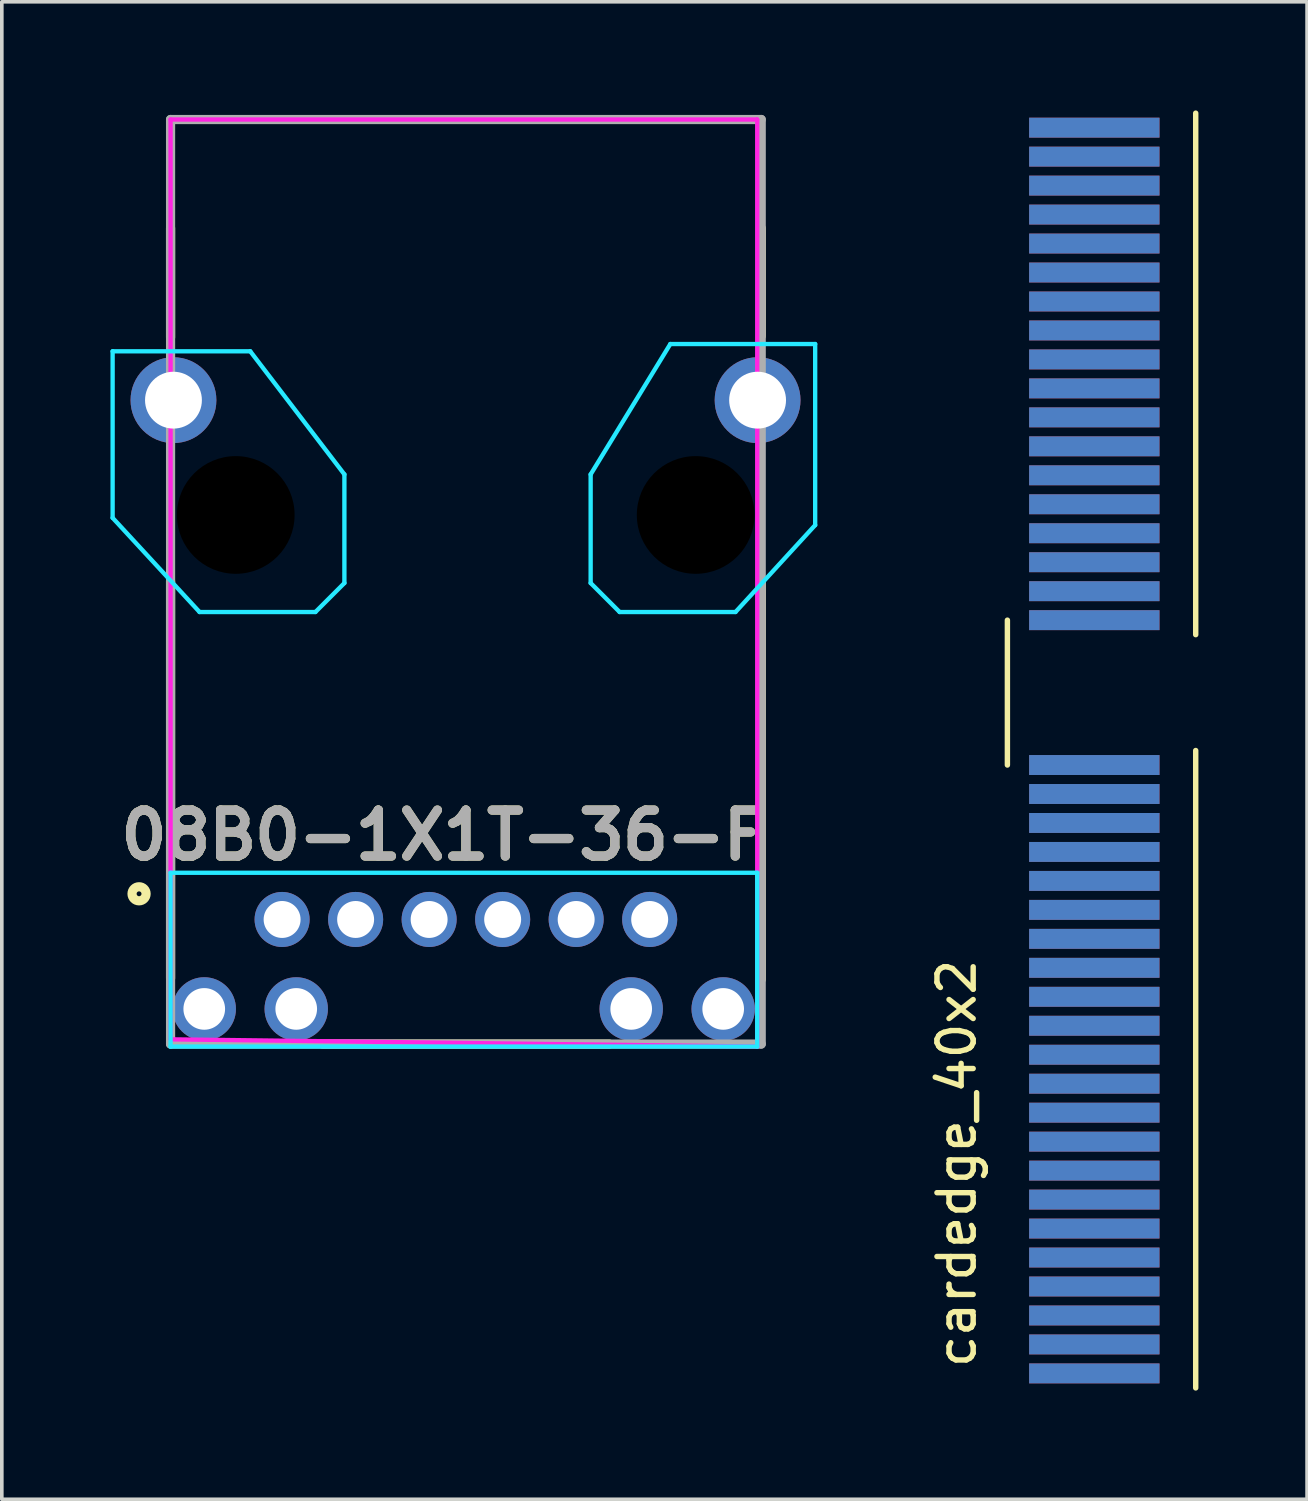
<source format=kicad_pcb>
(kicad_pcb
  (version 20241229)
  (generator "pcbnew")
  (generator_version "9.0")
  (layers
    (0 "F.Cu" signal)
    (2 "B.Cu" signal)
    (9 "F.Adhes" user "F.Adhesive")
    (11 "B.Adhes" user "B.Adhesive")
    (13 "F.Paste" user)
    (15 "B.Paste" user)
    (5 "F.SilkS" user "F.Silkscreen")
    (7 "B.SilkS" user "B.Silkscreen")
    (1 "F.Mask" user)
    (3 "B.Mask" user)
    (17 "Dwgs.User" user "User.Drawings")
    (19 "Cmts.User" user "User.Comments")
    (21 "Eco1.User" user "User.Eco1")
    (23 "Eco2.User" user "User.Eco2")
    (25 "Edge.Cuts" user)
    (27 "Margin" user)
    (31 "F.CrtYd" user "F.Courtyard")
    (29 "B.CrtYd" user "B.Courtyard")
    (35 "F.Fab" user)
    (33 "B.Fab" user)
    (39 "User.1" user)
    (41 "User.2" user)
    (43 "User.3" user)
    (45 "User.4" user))
  (footprint "08B0-1X1T-36-F"
    (layer "F.Cu")
    (at 1.66 0.25)
    (property "Reference" "08B0-1X1T-36-F" (at 7.52 19.765 0) (layer "F.SilkS") (effects (font (size 1.27 1.27) (thickness 0.254))))
    (attr through_hole)
    (fp_line (start 0 3) (end 0 6.016) (stroke (width 0.254) (type solid)) (layer "F.SilkS"))
    (fp_line (start 0 12.753) (end 0 23.713) (stroke (width 0.254) (type solid)) (layer "F.SilkS"))
    (fp_line (start 4.199 25.53) (end 12.114 25.53) (stroke (width 0.254) (type solid)) (layer "F.SilkS"))
    (fp_line (start 16.31 3) (end 16.31 5.981) (stroke (width 0.254) (type solid)) (layer "F.SilkS"))
    (fp_line (start 16.31 12.718) (end 16.31 23.747) (stroke (width 0.254) (type solid)) (layer "F.SilkS"))
    (fp_circle (center -0.87 21.381) (end -0.87 21.448) (stroke (width 0.254) (type solid)) (fill no) (layer "F.SilkS"))
    (fp_line (start -1.6 6.4) (end 2.2 6.4) (stroke (width 0.12) (type default)) (layer "B.CrtYd"))
    (fp_line (start -1.6 11) (end -1.6 6.4) (stroke (width 0.12) (type default)) (layer "B.CrtYd"))
    (fp_line (start 0 20.8) (end 16.2 20.8) (stroke (width 0.12) (type default)) (layer "B.CrtYd"))
    (fp_line (start 0 25.6) (end 0 20.8) (stroke (width 0.12) (type default)) (layer "B.CrtYd"))
    (fp_line (start 0.8 13.6) (end -1.6 11) (stroke (width 0.12) (type default)) (layer "B.CrtYd"))
    (fp_line (start 2.2 6.4) (end 4.8 9.8) (stroke (width 0.12) (type default)) (layer "B.CrtYd"))
    (fp_line (start 4 13.6) (end 0.8 13.6) (stroke (width 0.12) (type default)) (layer "B.CrtYd"))
    (fp_line (start 4.8 9.8) (end 4.8 12.8) (stroke (width 0.12) (type default)) (layer "B.CrtYd"))
    (fp_line (start 4.8 12.8) (end 4 13.6) (stroke (width 0.12) (type default)) (layer "B.CrtYd"))
    (fp_line (start 11.6 9.8) (end 11.6 12.8) (stroke (width 0.12) (type default)) (layer "B.CrtYd"))
    (fp_line (start 11.6 12.8) (end 12.4 13.6) (stroke (width 0.12) (type default)) (layer "B.CrtYd"))
    (fp_line (start 12.4 13.6) (end 15.6 13.6) (stroke (width 0.12) (type default)) (layer "B.CrtYd"))
    (fp_line (start 13.8 6.2) (end 11.6 9.8) (stroke (width 0.12) (type default)) (layer "B.CrtYd"))
    (fp_line (start 15.6 13.6) (end 17.8 11.2) (stroke (width 0.12) (type default)) (layer "B.CrtYd"))
    (fp_line (start 16.2 20.8) (end 16.2 25.6) (stroke (width 0.12) (type default)) (layer "B.CrtYd"))
    (fp_line (start 16.2 25.6) (end 0 25.6) (stroke (width 0.12) (type default)) (layer "B.CrtYd"))
    (fp_line (start 17.8 6.2) (end 13.8 6.2) (stroke (width 0.12) (type default)) (layer "B.CrtYd"))
    (fp_line (start 17.8 11.2) (end 17.8 6.2) (stroke (width 0.12) (type default)) (layer "B.CrtYd"))
    (fp_line (start 0 0) (end 16.2 0) (stroke (width 0.12) (type default)) (layer "F.CrtYd"))
    (fp_line (start 0 25.4) (end 0 0) (stroke (width 0.12) (type default)) (layer "F.CrtYd"))
    (fp_line (start 16.2 0) (end 16.2 25.6) (stroke (width 0.12) (type default)) (layer "F.CrtYd"))
    (fp_line (start 16.2 25.6) (end 0 25.4) (stroke (width 0.12) (type default)) (layer "F.CrtYd"))
    (fp_line (start 0 0) (end 16.31 0) (stroke (width 0.254) (type solid)) (layer "F.Fab"))
    (fp_line (start 0 25.53) (end 0 0) (stroke (width 0.254) (type solid)) (layer "F.Fab"))
    (fp_line (start 16.31 0) (end 16.31 25.53) (stroke (width 0.254) (type solid)) (layer "F.Fab"))
    (fp_line (start 16.31 25.53) (end 0 25.53) (stroke (width 0.254) (type solid)) (layer "F.Fab"))
    (fp_text user "${REFERENCE}" (at 7.52 19.765 0) (layer "F.Fab") (effects (font (size 1.27 1.27) (thickness 0.254))))
    (pad "" np_thru_hole circle (at 1.8 10.92) (size 3.25 3.25) (drill 3.25) (layers "*.Mask"))
    (pad "" np_thru_hole circle (at 14.5 10.92) (size 3.25 3.25) (drill 3.25) (layers "*.Mask"))
    (pad "1" thru_hole circle (at 3.08 22.09) (size 1.52 1.52) (drill 1.02) (layers "*.Cu" "*.Mask"))
    (pad "2" thru_hole circle (at 5.11 22.09) (size 1.52 1.52) (drill 1.02) (layers "*.Cu" "*.Mask"))
    (pad "3" thru_hole circle (at 7.14 22.09) (size 1.52 1.52) (drill 1.02) (layers "*.Cu" "*.Mask"))
    (pad "4" thru_hole circle (at 9.17 22.09) (size 1.52 1.52) (drill 1.02) (layers "*.Cu" "*.Mask"))
    (pad "5" thru_hole circle (at 11.2 22.09) (size 1.52 1.52) (drill 1.02) (layers "*.Cu" "*.Mask"))
    (pad "6" thru_hole circle (at 13.23 22.09) (size 1.52 1.52) (drill 1.02) (layers "*.Cu" "*.Mask"))
    (pad "7" thru_hole circle (at 0.93 24.56) (size 1.75 1.75) (drill 1.15) (layers "*.Cu" "*.Mask"))
    (pad "8" thru_hole circle (at 3.47 24.56) (size 1.75 1.75) (drill 1.15) (layers "*.Cu" "*.Mask"))
    (pad "9" thru_hole circle (at 12.72 24.56) (size 1.75 1.75) (drill 1.15) (layers "*.Cu" "*.Mask"))
    (pad "10" thru_hole circle (at 15.26 24.56) (size 1.75 1.75) (drill 1.15) (layers "*.Cu" "*.Mask"))
    (pad "13" thru_hole circle (at 16.21 7.75) (size 2.37 2.37) (drill 1.57) (layers "*.Cu" "*.Mask"))
    (pad "14" thru_hole circle (at 0.08 7.75) (size 2.37 2.37) (drill 1.57) (layers "*.Cu" "*.Mask")))
  (footprint "cardedge_40x2"
    (layer "F.Cu")
    (at 27.168 34.875)
    (property "Reference" "cardedge_40x2" (at -3.8 -5.8 90) (layer "F.SilkS") (effects (font (size 1 1) (thickness 0.15))))
    (attr through_hole)
    (fp_line (start -2.4 -16.8) (end -2.4 -20.8) (stroke (width 0.15) (type solid)) (layer "F.SilkS"))
    (fp_line (start 2.8 -20.4) (end 2.8 -34.8) (stroke (width 0.15) (type solid)) (layer "F.SilkS"))
    (fp_line (start 2.8 0.4) (end 2.8 -17.2) (stroke (width 0.15) (type solid)) (layer "F.SilkS"))
    (pad "1" connect rect (at 0 0) (size 3.6 0.55) (layers "F.Cu" "F.Mask"))
    (pad "2" connect rect (at 0 0) (size 3.6 0.55) (layers "B.Cu" "B.Mask"))
    (pad "3" connect rect (at 0 -0.8) (size 3.6 0.55) (layers "F.Cu" "F.Mask"))
    (pad "4" connect rect (at 0 -0.8) (size 3.6 0.55) (layers "B.Cu" "B.Mask"))
    (pad "5" connect rect (at 0 -1.6) (size 3.6 0.55) (layers "F.Cu" "F.Mask"))
    (pad "6" connect rect (at 0 -1.6) (size 3.6 0.55) (layers "B.Cu" "B.Mask"))
    (pad "7" connect rect (at 0 -2.4) (size 3.6 0.55) (layers "F.Cu" "F.Mask"))
    (pad "8" connect rect (at 0 -2.4) (size 3.6 0.55) (layers "B.Cu" "B.Mask"))
    (pad "9" connect rect (at 0 -3.2) (size 3.6 0.55) (layers "F.Cu" "F.Mask"))
    (pad "10" connect rect (at 0 -3.2) (size 3.6 0.55) (layers "B.Cu" "B.Mask"))
    (pad "11" connect rect (at 0 -4) (size 3.6 0.55) (layers "F.Cu" "F.Mask"))
    (pad "12" connect rect (at 0 -4) (size 3.6 0.55) (layers "B.Cu" "B.Mask"))
    (pad "13" connect rect (at 0 -4.8) (size 3.6 0.55) (layers "F.Cu" "F.Mask"))
    (pad "14" connect rect (at 0 -4.8) (size 3.6 0.55) (layers "B.Cu" "B.Mask"))
    (pad "15" connect rect (at 0 -5.6) (size 3.6 0.55) (layers "F.Cu" "F.Mask"))
    (pad "16" connect rect (at 0 -5.6) (size 3.6 0.55) (layers "B.Cu" "B.Mask"))
    (pad "17" connect rect (at 0 -6.4) (size 3.6 0.55) (layers "F.Cu" "F.Mask"))
    (pad "18" connect rect (at 0 -6.4) (size 3.6 0.55) (layers "B.Cu" "B.Mask"))
    (pad "19" connect rect (at 0 -7.2) (size 3.6 0.55) (layers "F.Cu" "F.Mask"))
    (pad "20" connect rect (at 0 -7.2) (size 3.6 0.55) (layers "B.Cu" "B.Mask"))
    (pad "21" connect rect (at 0 -8) (size 3.6 0.55) (layers "F.Cu" "F.Mask"))
    (pad "22" connect rect (at 0 -8) (size 3.6 0.55) (layers "B.Cu" "B.Mask"))
    (pad "23" connect rect (at 0 -8.8) (size 3.6 0.55) (layers "F.Cu" "F.Mask"))
    (pad "24" connect rect (at 0 -8.8) (size 3.6 0.55) (layers "B.Cu" "B.Mask"))
    (pad "25" connect rect (at 0 -9.6) (size 3.6 0.55) (layers "F.Cu" "F.Mask"))
    (pad "26" connect rect (at 0 -9.6) (size 3.6 0.55) (layers "B.Cu" "B.Mask"))
    (pad "27" connect rect (at 0 -10.4) (size 3.6 0.55) (layers "F.Cu" "F.Mask"))
    (pad "28" connect rect (at 0 -10.4) (size 3.6 0.55) (layers "B.Cu" "B.Mask"))
    (pad "29" connect rect (at 0 -11.2) (size 3.6 0.55) (layers "F.Cu" "F.Mask"))
    (pad "30" connect rect (at 0 -11.2) (size 3.6 0.55) (layers "B.Cu" "B.Mask"))
    (pad "31" connect rect (at 0 -12) (size 3.6 0.55) (layers "F.Cu" "F.Mask"))
    (pad "32" connect rect (at 0 -12) (size 3.6 0.55) (layers "B.Cu" "B.Mask"))
    (pad "33" connect rect (at 0 -12.8) (size 3.6 0.55) (layers "F.Cu" "F.Mask"))
    (pad "34" connect rect (at 0 -12.8) (size 3.6 0.55) (layers "B.Cu" "B.Mask"))
    (pad "35" connect rect (at 0 -13.6) (size 3.6 0.55) (layers "F.Cu" "F.Mask"))
    (pad "36" connect rect (at 0 -13.6) (size 3.6 0.55) (layers "B.Cu" "B.Mask"))
    (pad "37" connect rect (at 0 -14.4) (size 3.6 0.55) (layers "F.Cu" "F.Mask"))
    (pad "38" connect rect (at 0 -14.4) (size 3.6 0.55) (layers "B.Cu" "B.Mask"))
    (pad "39" connect rect (at 0 -15.2) (size 3.6 0.55) (layers "F.Cu" "F.Mask"))
    (pad "40" connect rect (at 0 -15.2) (size 3.6 0.55) (layers "B.Cu" "B.Mask"))
    (pad "41" connect rect (at 0 -16) (size 3.6 0.55) (layers "F.Cu" "F.Mask"))
    (pad "42" connect rect (at 0 -16) (size 3.6 0.55) (layers "B.Cu" "B.Mask"))
    (pad "43" connect rect (at 0 -16.8) (size 3.6 0.55) (layers "F.Cu" "F.Mask"))
    (pad "44" connect rect (at 0 -16.8) (size 3.6 0.55) (layers "B.Cu" "B.Mask"))
    (pad "45" connect rect (at 0 -20.8) (size 3.6 0.55) (layers "F.Cu" "F.Mask"))
    (pad "46" connect rect (at 0 -20.8) (size 3.6 0.55) (layers "B.Cu" "B.Mask"))
    (pad "47" connect rect (at 0 -21.6) (size 3.6 0.55) (layers "F.Cu" "F.Mask"))
    (pad "48" connect rect (at 0 -21.6) (size 3.6 0.55) (layers "B.Cu" "B.Mask"))
    (pad "49" connect rect (at 0 -22.4) (size 3.6 0.55) (layers "F.Cu" "F.Mask"))
    (pad "50" connect rect (at 0 -22.4) (size 3.6 0.55) (layers "B.Cu" "B.Mask"))
    (pad "51" connect rect (at 0 -23.2) (size 3.6 0.55) (layers "F.Cu" "F.Mask"))
    (pad "52" connect rect (at 0 -23.2) (size 3.6 0.55) (layers "B.Cu" "B.Mask"))
    (pad "53" connect rect (at 0 -24) (size 3.6 0.55) (layers "F.Cu" "F.Mask"))
    (pad "54" connect rect (at 0 -24) (size 3.6 0.55) (layers "B.Cu" "B.Mask"))
    (pad "55" connect rect (at 0 -24.8) (size 3.6 0.55) (layers "F.Cu" "F.Mask"))
    (pad "56" connect rect (at 0 -24.8) (size 3.6 0.55) (layers "B.Cu" "B.Mask"))
    (pad "57" connect rect (at 0 -25.6) (size 3.6 0.55) (layers "F.Cu" "F.Mask"))
    (pad "58" connect rect (at 0 -25.6) (size 3.6 0.55) (layers "B.Cu" "B.Mask"))
    (pad "59" connect rect (at 0 -26.4) (size 3.6 0.55) (layers "F.Cu" "F.Mask"))
    (pad "60" connect rect (at 0 -26.4) (size 3.6 0.55) (layers "B.Cu" "B.Mask"))
    (pad "61" connect rect (at 0 -27.2) (size 3.6 0.55) (layers "F.Cu" "F.Mask"))
    (pad "62" connect rect (at 0 -27.2) (size 3.6 0.55) (layers "B.Cu" "B.Mask"))
    (pad "63" connect rect (at 0 -28) (size 3.6 0.55) (layers "F.Cu" "F.Mask"))
    (pad "64" connect rect (at 0 -28) (size 3.6 0.55) (layers "B.Cu" "B.Mask"))
    (pad "65" connect rect (at 0 -28.8) (size 3.6 0.55) (layers "F.Cu" "F.Mask"))
    (pad "66" connect rect (at 0 -28.8) (size 3.6 0.55) (layers "B.Cu" "B.Mask"))
    (pad "67" connect rect (at 0 -29.6) (size 3.6 0.55) (layers "F.Cu" "F.Mask"))
    (pad "68" connect rect (at 0 -29.6) (size 3.6 0.55) (layers "B.Cu" "B.Mask"))
    (pad "69" connect rect (at 0 -30.4) (size 3.6 0.55) (layers "F.Cu" "F.Mask"))
    (pad "70" connect rect (at 0 -30.4) (size 3.6 0.55) (layers "B.Cu" "B.Mask"))
    (pad "71" connect rect (at 0 -31.2) (size 3.6 0.55) (layers "F.Cu" "F.Mask"))
    (pad "72" connect rect (at 0 -31.2) (size 3.6 0.55) (layers "B.Cu" "B.Mask"))
    (pad "73" connect rect (at 0 -32) (size 3.6 0.55) (layers "F.Cu" "F.Mask"))
    (pad "74" connect rect (at 0 -32) (size 3.6 0.55) (layers "B.Cu" "B.Mask"))
    (pad "75" connect rect (at 0 -32.8) (size 3.6 0.55) (layers "F.Cu" "F.Mask"))
    (pad "76" connect rect (at 0 -32.8) (size 3.6 0.55) (layers "B.Cu" "B.Mask"))
    (pad "77" connect rect (at 0 -33.6) (size 3.6 0.55) (layers "F.Cu" "F.Mask"))
    (pad "78" connect rect (at 0 -33.6) (size 3.6 0.55) (layers "B.Cu" "B.Mask"))
    (pad "79" connect rect (at 0 -34.4) (size 3.6 0.55) (layers "F.Cu" "F.Mask"))
    (pad "80" connect rect (at 0 -34.4) (size 3.6 0.55) (layers "B.Cu" "B.Mask")))
  (gr_rect
    (start -3 -3)
    (end 33.043 38.35)
    (stroke (width 0.1) (type default))
    (fill no)
    (layer "Edge.Cuts")))
</source>
